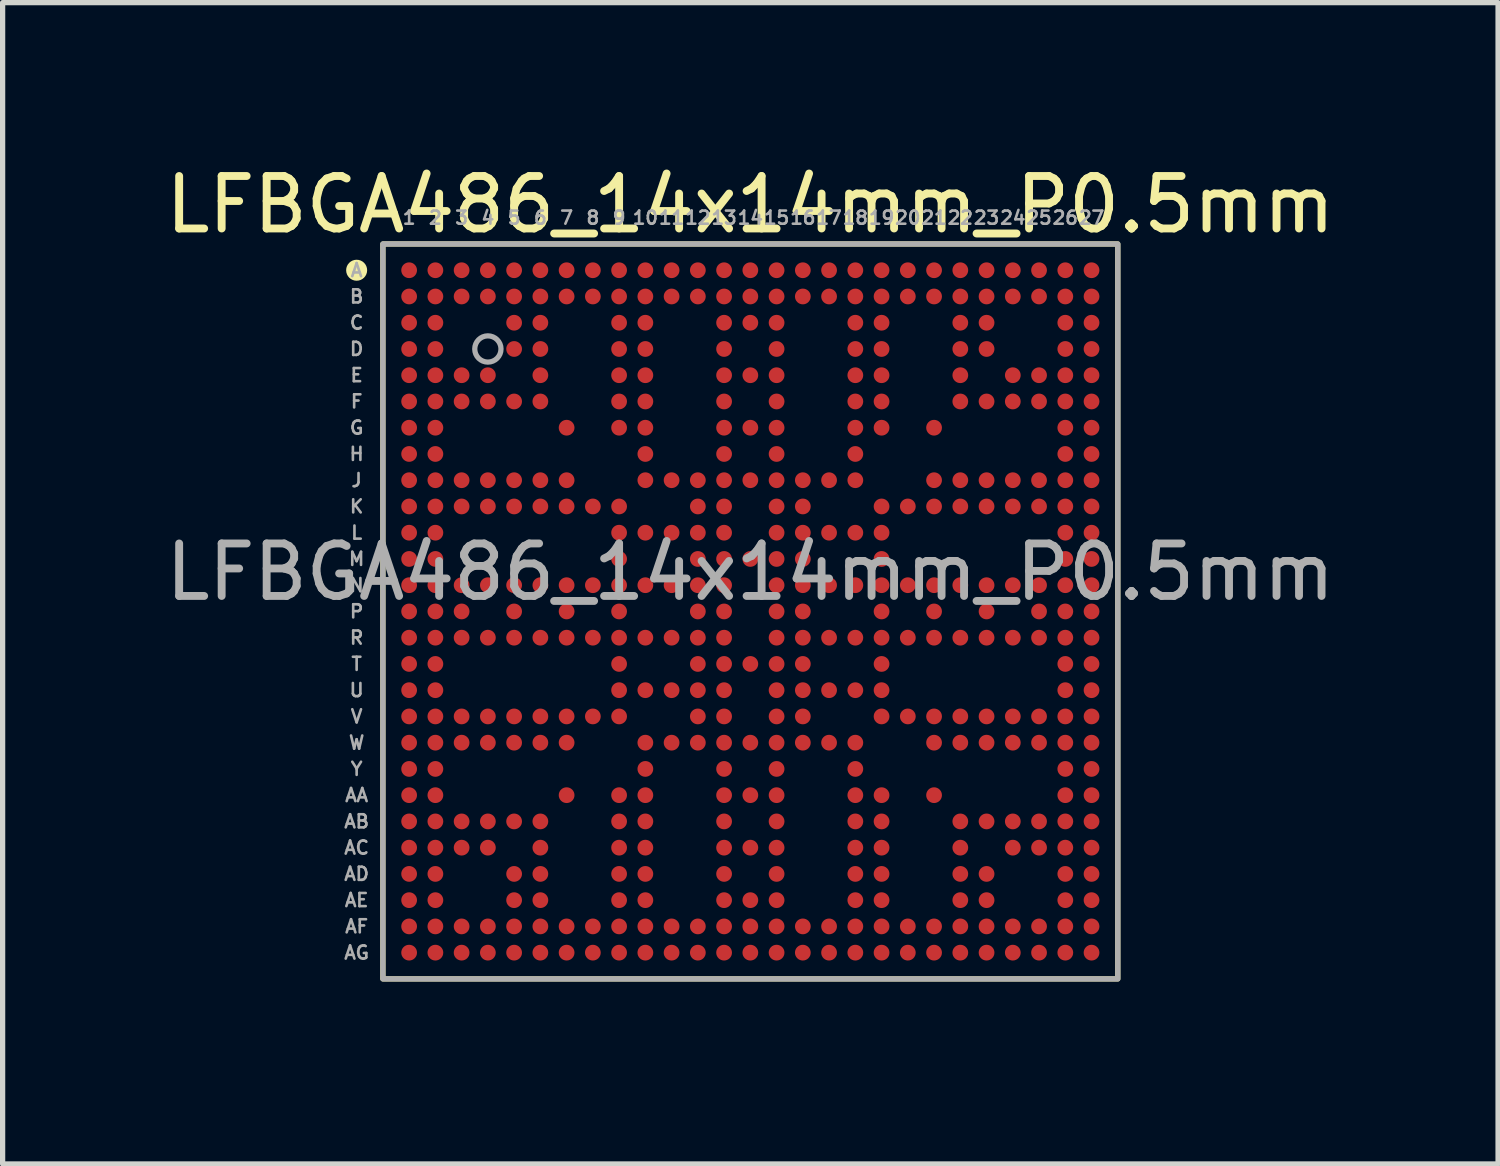
<source format=kicad_pcb>
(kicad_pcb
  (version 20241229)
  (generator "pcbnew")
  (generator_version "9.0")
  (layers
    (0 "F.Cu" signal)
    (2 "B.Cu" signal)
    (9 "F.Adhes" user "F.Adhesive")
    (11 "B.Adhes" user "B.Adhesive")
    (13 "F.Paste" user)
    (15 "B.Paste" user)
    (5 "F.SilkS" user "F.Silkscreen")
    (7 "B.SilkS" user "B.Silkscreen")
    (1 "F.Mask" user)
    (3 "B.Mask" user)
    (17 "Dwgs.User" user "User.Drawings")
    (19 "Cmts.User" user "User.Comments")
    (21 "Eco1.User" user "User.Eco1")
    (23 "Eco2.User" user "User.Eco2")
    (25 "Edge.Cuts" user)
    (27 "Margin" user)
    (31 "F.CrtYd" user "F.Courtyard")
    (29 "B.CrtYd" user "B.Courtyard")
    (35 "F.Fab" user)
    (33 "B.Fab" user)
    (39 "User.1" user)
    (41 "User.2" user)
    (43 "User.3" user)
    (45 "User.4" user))
  (footprint "LFBGA486_14x14mm_P0.5mm"
    (layer "F.Cu")
    (at 11.244 8.598)
    (property "Reference" "LFBGA486_14x14mm_P0.5mm" (at 0 -7.75 0) (unlocked yes) (layer "F.SilkS") (effects (font (size 1 1) (thickness 0.15))))
    (attr smd)
    (fp_rect (start -7 -7) (end 7 7) (stroke (width 0.1) (type solid)) (fill no) (layer "F.SilkS"))
    (fp_circle (center -7.5 -6.5) (end -7.3 -6.5) (stroke (width 0) (type solid)) (fill yes) (layer "F.SilkS"))
    (fp_rect (start -7.5 -7.5) (end 7.5 7.5) (stroke (width 0.05) (type solid)) (fill no) (layer "Margin"))
    (fp_rect (start -7 -7) (end 7 7) (stroke (width 0.1) (type solid)) (fill no) (layer "F.Fab"))
    (fp_circle (center -5 -5) (end -4.75 -5) (stroke (width 0.1) (type solid)) (fill no) (layer "F.Fab"))
    (fp_text user "P" (at -7.5 0 0) (unlocked yes) (layer "F.Fab") (effects (font (size 0.25 0.25) (thickness 0.05))))
    (fp_text user "AF" (at -7.5 6 0) (unlocked yes) (layer "F.Fab") (effects (font (size 0.25 0.25) (thickness 0.05))))
    (fp_text user "U" (at -7.5 1.5 0) (unlocked yes) (layer "F.Fab") (effects (font (size 0.25 0.25) (thickness 0.05))))
    (fp_text user "M" (at -7.5 -1 0) (unlocked yes) (layer "F.Fab") (effects (font (size 0.25 0.25) (thickness 0.05))))
    (fp_text user "N" (at -7.5 -0.5 0) (unlocked yes) (layer "F.Fab") (effects (font (size 0.25 0.25) (thickness 0.05))))
    (fp_text user "1" (at -6.5 -7.5 0) (unlocked yes) (layer "F.Fab") (effects (font (size 0.25 0.25) (thickness 0.05))))
    (fp_text user "E" (at -7.5 -4.5 0) (unlocked yes) (layer "F.Fab") (effects (font (size 0.25 0.25) (thickness 0.05))))
    (fp_text user "6" (at -4 -7.5 0) (unlocked yes) (layer "F.Fab") (effects (font (size 0.25 0.25) (thickness 0.05))))
    (fp_text user "C" (at -7.5 -5.5 0) (unlocked yes) (layer "F.Fab") (effects (font (size 0.25 0.25) (thickness 0.05))))
    (fp_text user "21" (at 3.5 -7.5 0) (unlocked yes) (layer "F.Fab") (effects (font (size 0.25 0.25) (thickness 0.05))))
    (fp_text user "23" (at 4.5 -7.5 0) (unlocked yes) (layer "F.Fab") (effects (font (size 0.25 0.25) (thickness 0.05))))
    (fp_text user "2" (at -6 -7.5 0) (unlocked yes) (layer "F.Fab") (effects (font (size 0.25 0.25) (thickness 0.05))))
    (fp_text user "8" (at -3 -7.5 0) (unlocked yes) (layer "F.Fab") (effects (font (size 0.25 0.25) (thickness 0.05))))
    (fp_text user "26" (at 6 -7.5 0) (unlocked yes) (layer "F.Fab") (effects (font (size 0.25 0.25) (thickness 0.05))))
    (fp_text user "24" (at 5 -7.5 0) (unlocked yes) (layer "F.Fab") (effects (font (size 0.25 0.25) (thickness 0.05))))
    (fp_text user "18" (at 2 -7.5 0) (unlocked yes) (layer "F.Fab") (effects (font (size 0.25 0.25) (thickness 0.05))))
    (fp_text user "Y" (at -7.5 3 0) (unlocked yes) (layer "F.Fab") (effects (font (size 0.25 0.25) (thickness 0.05))))
    (fp_text user "9" (at -2.5 -7.5 0) (unlocked yes) (layer "F.Fab") (effects (font (size 0.25 0.25) (thickness 0.05))))
    (fp_text user "D" (at -7.5 -5 0) (unlocked yes) (layer "F.Fab") (effects (font (size 0.25 0.25) (thickness 0.05))))
    (fp_text user "13" (at -0.5 -7.5 0) (unlocked yes) (layer "F.Fab") (effects (font (size 0.25 0.25) (thickness 0.05))))
    (fp_text user "4" (at -5 -7.5 0) (unlocked yes) (layer "F.Fab") (effects (font (size 0.25 0.25) (thickness 0.05))))
    (fp_text user "AA" (at -7.5 3.5 0) (unlocked yes) (layer "F.Fab") (effects (font (size 0.25 0.25) (thickness 0.05))))
    (fp_text user "22" (at 4 -7.5 0) (unlocked yes) (layer "F.Fab") (effects (font (size 0.25 0.25) (thickness 0.05))))
    (fp_text user "3" (at -5.5 -7.5 0) (unlocked yes) (layer "F.Fab") (effects (font (size 0.25 0.25) (thickness 0.05))))
    (fp_text user "16" (at 1 -7.5 0) (unlocked yes) (layer "F.Fab") (effects (font (size 0.25 0.25) (thickness 0.05))))
    (fp_text user "12" (at -1 -7.5 0) (unlocked yes) (layer "F.Fab") (effects (font (size 0.25 0.25) (thickness 0.05))))
    (fp_text user "AC" (at -7.5 4.5 0) (unlocked yes) (layer "F.Fab") (effects (font (size 0.25 0.25) (thickness 0.05))))
    (fp_text user "AE" (at -7.5 5.5 0) (unlocked yes) (layer "F.Fab") (effects (font (size 0.25 0.25) (thickness 0.05))))
    (fp_text user "J" (at -7.5 -2.5 0) (unlocked yes) (layer "F.Fab") (effects (font (size 0.25 0.25) (thickness 0.05))))
    (fp_text user "${REFERENCE}" (at 0 -0.75 0) (unlocked yes) (layer "F.Fab") (effects (font (size 1 1) (thickness 0.15))))
    (fp_text user "11" (at -1.5 -7.5 0) (unlocked yes) (layer "F.Fab") (effects (font (size 0.25 0.25) (thickness 0.05))))
    (fp_text user "H" (at -7.5 -3 0) (unlocked yes) (layer "F.Fab") (effects (font (size 0.25 0.25) (thickness 0.05))))
    (fp_text user "V" (at -7.5 2 0) (unlocked yes) (layer "F.Fab") (effects (font (size 0.25 0.25) (thickness 0.05))))
    (fp_text user "10" (at -2 -7.5 0) (unlocked yes) (layer "F.Fab") (effects (font (size 0.25 0.25) (thickness 0.05))))
    (fp_text user "AB" (at -7.5 4 0) (unlocked yes) (layer "F.Fab") (effects (font (size 0.25 0.25) (thickness 0.05))))
    (fp_text user "AG" (at -7.5 6.5 0) (unlocked yes) (layer "F.Fab") (effects (font (size 0.25 0.25) (thickness 0.05))))
    (fp_text user "7" (at -3.5 -7.5 0) (unlocked yes) (layer "F.Fab") (effects (font (size 0.25 0.25) (thickness 0.05))))
    (fp_text user "25" (at 5.5 -7.5 0) (unlocked yes) (layer "F.Fab") (effects (font (size 0.25 0.25) (thickness 0.05))))
    (fp_text user "W" (at -7.5 2.5 0) (unlocked yes) (layer "F.Fab") (effects (font (size 0.25 0.25) (thickness 0.05))))
    (fp_text user "K" (at -7.5 -2 0) (unlocked yes) (layer "F.Fab") (effects (font (size 0.25 0.25) (thickness 0.05))))
    (fp_text user "G" (at -7.5 -3.5 0) (unlocked yes) (layer "F.Fab") (effects (font (size 0.25 0.25) (thickness 0.05))))
    (fp_text user "15" (at 0.5 -7.5 0) (unlocked yes) (layer "F.Fab") (effects (font (size 0.25 0.25) (thickness 0.05))))
    (fp_text user "F" (at -7.5 -4 0) (unlocked yes) (layer "F.Fab") (effects (font (size 0.25 0.25) (thickness 0.05))))
    (fp_text user "19" (at 2.5 -7.5 0) (unlocked yes) (layer "F.Fab") (effects (font (size 0.25 0.25) (thickness 0.05))))
    (fp_text user "27" (at 6.5 -7.5 0) (unlocked yes) (layer "F.Fab") (effects (font (size 0.25 0.25) (thickness 0.05))))
    (fp_text user "A" (at -7.5 -6.5 0) (unlocked yes) (layer "F.Fab") (effects (font (size 0.25 0.25) (thickness 0.05))))
    (fp_text user "AD" (at -7.5 5 0) (unlocked yes) (layer "F.Fab") (effects (font (size 0.25 0.25) (thickness 0.05))))
    (fp_text user "14" (at 0 -7.5 0) (unlocked yes) (layer "F.Fab") (effects (font (size 0.25 0.25) (thickness 0.05))))
    (fp_text user "L" (at -7.5 -1.5 0) (unlocked yes) (layer "F.Fab") (effects (font (size 0.25 0.25) (thickness 0.05))))
    (fp_text user "B" (at -7.5 -6 0) (unlocked yes) (layer "F.Fab") (effects (font (size 0.25 0.25) (thickness 0.05))))
    (fp_text user "5" (at -4.5 -7.5 0) (unlocked yes) (layer "F.Fab") (effects (font (size 0.25 0.25) (thickness 0.05))))
    (fp_text user "R" (at -7.5 0.5 0) (unlocked yes) (layer "F.Fab") (effects (font (size 0.25 0.25) (thickness 0.05))))
    (fp_text user "20" (at 3 -7.5 0) (unlocked yes) (layer "F.Fab") (effects (font (size 0.25 0.25) (thickness 0.05))))
    (fp_text user "T" (at -7.5 1 0) (unlocked yes) (layer "F.Fab") (effects (font (size 0.25 0.25) (thickness 0.05))))
    (fp_text user "17" (at 1.5 -7.5 0) (unlocked yes) (layer "F.Fab") (effects (font (size 0.25 0.25) (thickness 0.05))))
    (pad "A1" smd circle (at -6.5 -6.5) (size 0.3 0.3) (layers "F.Cu" "F.Mask" "F.Paste"))
    (pad "A2" smd circle (at -6 -6.5) (size 0.3 0.3) (layers "F.Cu" "F.Mask" "F.Paste"))
    (pad "A3" smd circle (at -5.5 -6.5) (size 0.3 0.3) (layers "F.Cu" "F.Mask" "F.Paste"))
    (pad "A4" smd circle (at -5 -6.5) (size 0.3 0.3) (layers "F.Cu" "F.Mask" "F.Paste"))
    (pad "A5" smd circle (at -4.5 -6.5) (size 0.3 0.3) (layers "F.Cu" "F.Mask" "F.Paste"))
    (pad "A6" smd circle (at -4 -6.5) (size 0.3 0.3) (layers "F.Cu" "F.Mask" "F.Paste"))
    (pad "A7" smd circle (at -3.5 -6.5) (size 0.3 0.3) (layers "F.Cu" "F.Mask" "F.Paste"))
    (pad "A8" smd circle (at -3 -6.5) (size 0.3 0.3) (layers "F.Cu" "F.Mask" "F.Paste"))
    (pad "A9" smd circle (at -2.5 -6.5) (size 0.3 0.3) (layers "F.Cu" "F.Mask" "F.Paste"))
    (pad "A10" smd circle (at -2 -6.5) (size 0.3 0.3) (layers "F.Cu" "F.Mask" "F.Paste"))
    (pad "A11" smd circle (at -1.5 -6.5) (size 0.3 0.3) (layers "F.Cu" "F.Mask" "F.Paste"))
    (pad "A12" smd circle (at -1 -6.5) (size 0.3 0.3) (layers "F.Cu" "F.Mask" "F.Paste"))
    (pad "A13" smd circle (at -0.5 -6.5) (size 0.3 0.3) (layers "F.Cu" "F.Mask" "F.Paste"))
    (pad "A14" smd circle (at 0 -6.5) (size 0.3 0.3) (layers "F.Cu" "F.Mask" "F.Paste"))
    (pad "A15" smd circle (at 0.5 -6.5) (size 0.3 0.3) (layers "F.Cu" "F.Mask" "F.Paste"))
    (pad "A16" smd circle (at 1 -6.5) (size 0.3 0.3) (layers "F.Cu" "F.Mask" "F.Paste"))
    (pad "A17" smd circle (at 1.5 -6.5) (size 0.3 0.3) (layers "F.Cu" "F.Mask" "F.Paste"))
    (pad "A18" smd circle (at 2 -6.5) (size 0.3 0.3) (layers "F.Cu" "F.Mask" "F.Paste"))
    (pad "A19" smd circle (at 2.5 -6.5) (size 0.3 0.3) (layers "F.Cu" "F.Mask" "F.Paste"))
    (pad "A20" smd circle (at 3 -6.5) (size 0.3 0.3) (layers "F.Cu" "F.Mask" "F.Paste"))
    (pad "A21" smd circle (at 3.5 -6.5) (size 0.3 0.3) (layers "F.Cu" "F.Mask" "F.Paste"))
    (pad "A22" smd circle (at 4 -6.5) (size 0.3 0.3) (layers "F.Cu" "F.Mask" "F.Paste"))
    (pad "A23" smd circle (at 4.5 -6.5) (size 0.3 0.3) (layers "F.Cu" "F.Mask" "F.Paste"))
    (pad "A24" smd circle (at 5 -6.5) (size 0.3 0.3) (layers "F.Cu" "F.Mask" "F.Paste"))
    (pad "A25" smd circle (at 5.5 -6.5) (size 0.3 0.3) (layers "F.Cu" "F.Mask" "F.Paste"))
    (pad "A26" smd circle (at 6 -6.5) (size 0.3 0.3) (layers "F.Cu" "F.Mask" "F.Paste"))
    (pad "A27" smd circle (at 6.5 -6.5) (size 0.3 0.3) (layers "F.Cu" "F.Mask" "F.Paste"))
    (pad "AA1" smd circle (at -6.5 3.5) (size 0.3 0.3) (layers "F.Cu" "F.Mask" "F.Paste"))
    (pad "AA2" smd circle (at -6 3.5) (size 0.3 0.3) (layers "F.Cu" "F.Mask" "F.Paste"))
    (pad "AA7" smd circle (at -3.5 3.5) (size 0.3 0.3) (layers "F.Cu" "F.Mask" "F.Paste"))
    (pad "AA9" smd circle (at -2.5 3.5) (size 0.3 0.3) (layers "F.Cu" "F.Mask" "F.Paste"))
    (pad "AA10" smd circle (at -2 3.5) (size 0.3 0.3) (layers "F.Cu" "F.Mask" "F.Paste"))
    (pad "AA13" smd circle (at -0.5 3.5) (size 0.3 0.3) (layers "F.Cu" "F.Mask" "F.Paste"))
    (pad "AA14" smd circle (at 0 3.5) (size 0.3 0.3) (layers "F.Cu" "F.Mask" "F.Paste"))
    (pad "AA15" smd circle (at 0.5 3.5) (size 0.3 0.3) (layers "F.Cu" "F.Mask" "F.Paste"))
    (pad "AA18" smd circle (at 2 3.5) (size 0.3 0.3) (layers "F.Cu" "F.Mask" "F.Paste"))
    (pad "AA19" smd circle (at 2.5 3.5) (size 0.3 0.3) (layers "F.Cu" "F.Mask" "F.Paste"))
    (pad "AA21" smd circle (at 3.5 3.5) (size 0.3 0.3) (layers "F.Cu" "F.Mask" "F.Paste"))
    (pad "AA26" smd circle (at 6 3.5) (size 0.3 0.3) (layers "F.Cu" "F.Mask" "F.Paste"))
    (pad "AA27" smd circle (at 6.5 3.5) (size 0.3 0.3) (layers "F.Cu" "F.Mask" "F.Paste"))
    (pad "AB1" smd circle (at -6.5 4) (size 0.3 0.3) (layers "F.Cu" "F.Mask" "F.Paste"))
    (pad "AB2" smd circle (at -6 4) (size 0.3 0.3) (layers "F.Cu" "F.Mask" "F.Paste"))
    (pad "AB3" smd circle (at -5.5 4) (size 0.3 0.3) (layers "F.Cu" "F.Mask" "F.Paste"))
    (pad "AB4" smd circle (at -5 4) (size 0.3 0.3) (layers "F.Cu" "F.Mask" "F.Paste"))
    (pad "AB5" smd circle (at -4.5 4) (size 0.3 0.3) (layers "F.Cu" "F.Mask" "F.Paste"))
    (pad "AB6" smd circle (at -4 4) (size 0.3 0.3) (layers "F.Cu" "F.Mask" "F.Paste"))
    (pad "AB9" smd circle (at -2.5 4) (size 0.3 0.3) (layers "F.Cu" "F.Mask" "F.Paste"))
    (pad "AB10" smd circle (at -2 4) (size 0.3 0.3) (layers "F.Cu" "F.Mask" "F.Paste"))
    (pad "AB13" smd circle (at -0.5 4) (size 0.3 0.3) (layers "F.Cu" "F.Mask" "F.Paste"))
    (pad "AB15" smd circle (at 0.5 4) (size 0.3 0.3) (layers "F.Cu" "F.Mask" "F.Paste"))
    (pad "AB18" smd circle (at 2 4) (size 0.3 0.3) (layers "F.Cu" "F.Mask" "F.Paste"))
    (pad "AB19" smd circle (at 2.5 4) (size 0.3 0.3) (layers "F.Cu" "F.Mask" "F.Paste"))
    (pad "AB22" smd circle (at 4 4) (size 0.3 0.3) (layers "F.Cu" "F.Mask" "F.Paste"))
    (pad "AB23" smd circle (at 4.5 4) (size 0.3 0.3) (layers "F.Cu" "F.Mask" "F.Paste"))
    (pad "AB24" smd circle (at 5 4) (size 0.3 0.3) (layers "F.Cu" "F.Mask" "F.Paste"))
    (pad "AB25" smd circle (at 5.5 4) (size 0.3 0.3) (layers "F.Cu" "F.Mask" "F.Paste"))
    (pad "AB26" smd circle (at 6 4) (size 0.3 0.3) (layers "F.Cu" "F.Mask" "F.Paste"))
    (pad "AB27" smd circle (at 6.5 4) (size 0.3 0.3) (layers "F.Cu" "F.Mask" "F.Paste"))
    (pad "AC1" smd circle (at -6.5 4.5) (size 0.3 0.3) (layers "F.Cu" "F.Mask" "F.Paste"))
    (pad "AC2" smd circle (at -6 4.5) (size 0.3 0.3) (layers "F.Cu" "F.Mask" "F.Paste"))
    (pad "AC3" smd circle (at -5.5 4.5) (size 0.3 0.3) (layers "F.Cu" "F.Mask" "F.Paste"))
    (pad "AC4" smd circle (at -5 4.5) (size 0.3 0.3) (layers "F.Cu" "F.Mask" "F.Paste"))
    (pad "AC6" smd circle (at -4 4.5) (size 0.3 0.3) (layers "F.Cu" "F.Mask" "F.Paste"))
    (pad "AC9" smd circle (at -2.5 4.5) (size 0.3 0.3) (layers "F.Cu" "F.Mask" "F.Paste"))
    (pad "AC10" smd circle (at -2 4.5) (size 0.3 0.3) (layers "F.Cu" "F.Mask" "F.Paste"))
    (pad "AC13" smd circle (at -0.5 4.5) (size 0.3 0.3) (layers "F.Cu" "F.Mask" "F.Paste"))
    (pad "AC14" smd circle (at 0 4.5) (size 0.3 0.3) (layers "F.Cu" "F.Mask" "F.Paste"))
    (pad "AC15" smd circle (at 0.5 4.5) (size 0.3 0.3) (layers "F.Cu" "F.Mask" "F.Paste"))
    (pad "AC18" smd circle (at 2 4.5) (size 0.3 0.3) (layers "F.Cu" "F.Mask" "F.Paste"))
    (pad "AC19" smd circle (at 2.5 4.5) (size 0.3 0.3) (layers "F.Cu" "F.Mask" "F.Paste"))
    (pad "AC22" smd circle (at 4 4.5) (size 0.3 0.3) (layers "F.Cu" "F.Mask" "F.Paste"))
    (pad "AC24" smd circle (at 5 4.5) (size 0.3 0.3) (layers "F.Cu" "F.Mask" "F.Paste"))
    (pad "AC25" smd circle (at 5.5 4.5) (size 0.3 0.3) (layers "F.Cu" "F.Mask" "F.Paste"))
    (pad "AC26" smd circle (at 6 4.5) (size 0.3 0.3) (layers "F.Cu" "F.Mask" "F.Paste"))
    (pad "AC27" smd circle (at 6.5 4.5) (size 0.3 0.3) (layers "F.Cu" "F.Mask" "F.Paste"))
    (pad "AD1" smd circle (at -6.5 5) (size 0.3 0.3) (layers "F.Cu" "F.Mask" "F.Paste"))
    (pad "AD2" smd circle (at -6 5) (size 0.3 0.3) (layers "F.Cu" "F.Mask" "F.Paste"))
    (pad "AD5" smd circle (at -4.5 5) (size 0.3 0.3) (layers "F.Cu" "F.Mask" "F.Paste"))
    (pad "AD6" smd circle (at -4 5) (size 0.3 0.3) (layers "F.Cu" "F.Mask" "F.Paste"))
    (pad "AD9" smd circle (at -2.5 5) (size 0.3 0.3) (layers "F.Cu" "F.Mask" "F.Paste"))
    (pad "AD10" smd circle (at -2 5) (size 0.3 0.3) (layers "F.Cu" "F.Mask" "F.Paste"))
    (pad "AD13" smd circle (at -0.5 5) (size 0.3 0.3) (layers "F.Cu" "F.Mask" "F.Paste"))
    (pad "AD15" smd circle (at 0.5 5) (size 0.3 0.3) (layers "F.Cu" "F.Mask" "F.Paste"))
    (pad "AD18" smd circle (at 2 5) (size 0.3 0.3) (layers "F.Cu" "F.Mask" "F.Paste"))
    (pad "AD19" smd circle (at 2.5 5) (size 0.3 0.3) (layers "F.Cu" "F.Mask" "F.Paste"))
    (pad "AD22" smd circle (at 4 5) (size 0.3 0.3) (layers "F.Cu" "F.Mask" "F.Paste"))
    (pad "AD23" smd circle (at 4.5 5) (size 0.3 0.3) (layers "F.Cu" "F.Mask" "F.Paste"))
    (pad "AD26" smd circle (at 6 5) (size 0.3 0.3) (layers "F.Cu" "F.Mask" "F.Paste"))
    (pad "AD27" smd circle (at 6.5 5) (size 0.3 0.3) (layers "F.Cu" "F.Mask" "F.Paste"))
    (pad "AE1" smd circle (at -6.5 5.5) (size 0.3 0.3) (layers "F.Cu" "F.Mask" "F.Paste"))
    (pad "AE2" smd circle (at -6 5.5) (size 0.3 0.3) (layers "F.Cu" "F.Mask" "F.Paste"))
    (pad "AE5" smd circle (at -4.5 5.5) (size 0.3 0.3) (layers "F.Cu" "F.Mask" "F.Paste"))
    (pad "AE6" smd circle (at -4 5.5) (size 0.3 0.3) (layers "F.Cu" "F.Mask" "F.Paste"))
    (pad "AE9" smd circle (at -2.5 5.5) (size 0.3 0.3) (layers "F.Cu" "F.Mask" "F.Paste"))
    (pad "AE10" smd circle (at -2 5.5) (size 0.3 0.3) (layers "F.Cu" "F.Mask" "F.Paste"))
    (pad "AE13" smd circle (at -0.5 5.5) (size 0.3 0.3) (layers "F.Cu" "F.Mask" "F.Paste"))
    (pad "AE14" smd circle (at 0 5.5) (size 0.3 0.3) (layers "F.Cu" "F.Mask" "F.Paste"))
    (pad "AE15" smd circle (at 0.5 5.5) (size 0.3 0.3) (layers "F.Cu" "F.Mask" "F.Paste"))
    (pad "AE18" smd circle (at 2 5.5) (size 0.3 0.3) (layers "F.Cu" "F.Mask" "F.Paste"))
    (pad "AE19" smd circle (at 2.5 5.5) (size 0.3 0.3) (layers "F.Cu" "F.Mask" "F.Paste"))
    (pad "AE22" smd circle (at 4 5.5) (size 0.3 0.3) (layers "F.Cu" "F.Mask" "F.Paste"))
    (pad "AE23" smd circle (at 4.5 5.5) (size 0.3 0.3) (layers "F.Cu" "F.Mask" "F.Paste"))
    (pad "AE26" smd circle (at 6 5.5) (size 0.3 0.3) (layers "F.Cu" "F.Mask" "F.Paste"))
    (pad "AE27" smd circle (at 6.5 5.5) (size 0.3 0.3) (layers "F.Cu" "F.Mask" "F.Paste"))
    (pad "AF1" smd circle (at -6.5 6) (size 0.3 0.3) (layers "F.Cu" "F.Mask" "F.Paste"))
    (pad "AF2" smd circle (at -6 6) (size 0.3 0.3) (layers "F.Cu" "F.Mask" "F.Paste"))
    (pad "AF3" smd circle (at -5.5 6) (size 0.3 0.3) (layers "F.Cu" "F.Mask" "F.Paste"))
    (pad "AF4" smd circle (at -5 6) (size 0.3 0.3) (layers "F.Cu" "F.Mask" "F.Paste"))
    (pad "AF5" smd circle (at -4.5 6) (size 0.3 0.3) (layers "F.Cu" "F.Mask" "F.Paste"))
    (pad "AF6" smd circle (at -4 6) (size 0.3 0.3) (layers "F.Cu" "F.Mask" "F.Paste"))
    (pad "AF7" smd circle (at -3.5 6) (size 0.3 0.3) (layers "F.Cu" "F.Mask" "F.Paste"))
    (pad "AF8" smd circle (at -3 6) (size 0.3 0.3) (layers "F.Cu" "F.Mask" "F.Paste"))
    (pad "AF9" smd circle (at -2.5 6) (size 0.3 0.3) (layers "F.Cu" "F.Mask" "F.Paste"))
    (pad "AF10" smd circle (at -2 6) (size 0.3 0.3) (layers "F.Cu" "F.Mask" "F.Paste"))
    (pad "AF11" smd circle (at -1.5 6) (size 0.3 0.3) (layers "F.Cu" "F.Mask" "F.Paste"))
    (pad "AF12" smd circle (at -1 6) (size 0.3 0.3) (layers "F.Cu" "F.Mask" "F.Paste"))
    (pad "AF13" smd circle (at -0.5 6) (size 0.3 0.3) (layers "F.Cu" "F.Mask" "F.Paste"))
    (pad "AF14" smd circle (at 0 6) (size 0.3 0.3) (layers "F.Cu" "F.Mask" "F.Paste"))
    (pad "AF15" smd circle (at 0.5 6) (size 0.3 0.3) (layers "F.Cu" "F.Mask" "F.Paste"))
    (pad "AF16" smd circle (at 1 6) (size 0.3 0.3) (layers "F.Cu" "F.Mask" "F.Paste"))
    (pad "AF17" smd circle (at 1.5 6) (size 0.3 0.3) (layers "F.Cu" "F.Mask" "F.Paste"))
    (pad "AF18" smd circle (at 2 6) (size 0.3 0.3) (layers "F.Cu" "F.Mask" "F.Paste"))
    (pad "AF19" smd circle (at 2.5 6) (size 0.3 0.3) (layers "F.Cu" "F.Mask" "F.Paste"))
    (pad "AF20" smd circle (at 3 6) (size 0.3 0.3) (layers "F.Cu" "F.Mask" "F.Paste"))
    (pad "AF21" smd circle (at 3.5 6) (size 0.3 0.3) (layers "F.Cu" "F.Mask" "F.Paste"))
    (pad "AF22" smd circle (at 4 6) (size 0.3 0.3) (layers "F.Cu" "F.Mask" "F.Paste"))
    (pad "AF23" smd circle (at 4.5 6) (size 0.3 0.3) (layers "F.Cu" "F.Mask" "F.Paste"))
    (pad "AF24" smd circle (at 5 6) (size 0.3 0.3) (layers "F.Cu" "F.Mask" "F.Paste"))
    (pad "AF25" smd circle (at 5.5 6) (size 0.3 0.3) (layers "F.Cu" "F.Mask" "F.Paste"))
    (pad "AF26" smd circle (at 6 6) (size 0.3 0.3) (layers "F.Cu" "F.Mask" "F.Paste"))
    (pad "AF27" smd circle (at 6.5 6) (size 0.3 0.3) (layers "F.Cu" "F.Mask" "F.Paste"))
    (pad "AG1" smd circle (at -6.5 6.5) (size 0.3 0.3) (layers "F.Cu" "F.Mask" "F.Paste"))
    (pad "AG2" smd circle (at -6 6.5) (size 0.3 0.3) (layers "F.Cu" "F.Mask" "F.Paste"))
    (pad "AG3" smd circle (at -5.5 6.5) (size 0.3 0.3) (layers "F.Cu" "F.Mask" "F.Paste"))
    (pad "AG4" smd circle (at -5 6.5) (size 0.3 0.3) (layers "F.Cu" "F.Mask" "F.Paste"))
    (pad "AG5" smd circle (at -4.5 6.5) (size 0.3 0.3) (layers "F.Cu" "F.Mask" "F.Paste"))
    (pad "AG6" smd circle (at -4 6.5) (size 0.3 0.3) (layers "F.Cu" "F.Mask" "F.Paste"))
    (pad "AG7" smd circle (at -3.5 6.5) (size 0.3 0.3) (layers "F.Cu" "F.Mask" "F.Paste"))
    (pad "AG8" smd circle (at -3 6.5) (size 0.3 0.3) (layers "F.Cu" "F.Mask" "F.Paste"))
    (pad "AG9" smd circle (at -2.5 6.5) (size 0.3 0.3) (layers "F.Cu" "F.Mask" "F.Paste"))
    (pad "AG10" smd circle (at -2 6.5) (size 0.3 0.3) (layers "F.Cu" "F.Mask" "F.Paste"))
    (pad "AG11" smd circle (at -1.5 6.5) (size 0.3 0.3) (layers "F.Cu" "F.Mask" "F.Paste"))
    (pad "AG12" smd circle (at -1 6.5) (size 0.3 0.3) (layers "F.Cu" "F.Mask" "F.Paste"))
    (pad "AG13" smd circle (at -0.5 6.5) (size 0.3 0.3) (layers "F.Cu" "F.Mask" "F.Paste"))
    (pad "AG14" smd circle (at 0 6.5) (size 0.3 0.3) (layers "F.Cu" "F.Mask" "F.Paste"))
    (pad "AG15" smd circle (at 0.5 6.5) (size 0.3 0.3) (layers "F.Cu" "F.Mask" "F.Paste"))
    (pad "AG16" smd circle (at 1 6.5) (size 0.3 0.3) (layers "F.Cu" "F.Mask" "F.Paste"))
    (pad "AG17" smd circle (at 1.5 6.5) (size 0.3 0.3) (layers "F.Cu" "F.Mask" "F.Paste"))
    (pad "AG18" smd circle (at 2 6.5) (size 0.3 0.3) (layers "F.Cu" "F.Mask" "F.Paste"))
    (pad "AG20" smd circle (at 2.5 6.5) (size 0.3 0.3) (layers "F.Cu" "F.Mask" "F.Paste"))
    (pad "AG20" smd circle (at 3 6.5) (size 0.3 0.3) (layers "F.Cu" "F.Mask" "F.Paste"))
    (pad "AG21" smd circle (at 3.5 6.5) (size 0.3 0.3) (layers "F.Cu" "F.Mask" "F.Paste"))
    (pad "AG22" smd circle (at 4 6.5) (size 0.3 0.3) (layers "F.Cu" "F.Mask" "F.Paste"))
    (pad "AG23" smd circle (at 4.5 6.5) (size 0.3 0.3) (layers "F.Cu" "F.Mask" "F.Paste"))
    (pad "AG24" smd circle (at 5 6.5) (size 0.3 0.3) (layers "F.Cu" "F.Mask" "F.Paste"))
    (pad "AG25" smd circle (at 5.5 6.5) (size 0.3 0.3) (layers "F.Cu" "F.Mask" "F.Paste"))
    (pad "AG26" smd circle (at 6 6.5) (size 0.3 0.3) (layers "F.Cu" "F.Mask" "F.Paste"))
    (pad "AG27" smd circle (at 6.5 6.5) (size 0.3 0.3) (layers "F.Cu" "F.Mask" "F.Paste"))
    (pad "B1" smd circle (at -6.5 -6) (size 0.3 0.3) (layers "F.Cu" "F.Mask" "F.Paste"))
    (pad "B2" smd circle (at -6 -6) (size 0.3 0.3) (layers "F.Cu" "F.Mask" "F.Paste"))
    (pad "B3" smd circle (at -5.5 -6) (size 0.3 0.3) (layers "F.Cu" "F.Mask" "F.Paste"))
    (pad "B4" smd circle (at -5 -6) (size 0.3 0.3) (layers "F.Cu" "F.Mask" "F.Paste"))
    (pad "B5" smd circle (at -4.5 -6) (size 0.3 0.3) (layers "F.Cu" "F.Mask" "F.Paste"))
    (pad "B6" smd circle (at -4 -6) (size 0.3 0.3) (layers "F.Cu" "F.Mask" "F.Paste"))
    (pad "B7" smd circle (at -3.5 -6) (size 0.3 0.3) (layers "F.Cu" "F.Mask" "F.Paste"))
    (pad "B8" smd circle (at -3 -6) (size 0.3 0.3) (layers "F.Cu" "F.Mask" "F.Paste"))
    (pad "B9" smd circle (at -2.5 -6) (size 0.3 0.3) (layers "F.Cu" "F.Mask" "F.Paste"))
    (pad "B10" smd circle (at -2 -6) (size 0.3 0.3) (layers "F.Cu" "F.Mask" "F.Paste"))
    (pad "B11" smd circle (at -1.5 -6) (size 0.3 0.3) (layers "F.Cu" "F.Mask" "F.Paste"))
    (pad "B12" smd circle (at -1 -6) (size 0.3 0.3) (layers "F.Cu" "F.Mask" "F.Paste"))
    (pad "B13" smd circle (at -0.5 -6) (size 0.3 0.3) (layers "F.Cu" "F.Mask" "F.Paste"))
    (pad "B14" smd circle (at 0 -6) (size 0.3 0.3) (layers "F.Cu" "F.Mask" "F.Paste"))
    (pad "B15" smd circle (at 0.5 -6) (size 0.3 0.3) (layers "F.Cu" "F.Mask" "F.Paste"))
    (pad "B16" smd circle (at 1 -6) (size 0.3 0.3) (layers "F.Cu" "F.Mask" "F.Paste"))
    (pad "B17" smd circle (at 1.5 -6) (size 0.3 0.3) (layers "F.Cu" "F.Mask" "F.Paste"))
    (pad "B18" smd circle (at 2 -6) (size 0.3 0.3) (layers "F.Cu" "F.Mask" "F.Paste"))
    (pad "B19" smd circle (at 2.5 -6) (size 0.3 0.3) (layers "F.Cu" "F.Mask" "F.Paste"))
    (pad "B20" smd circle (at 3 -6) (size 0.3 0.3) (layers "F.Cu" "F.Mask" "F.Paste"))
    (pad "B21" smd circle (at 3.5 -6) (size 0.3 0.3) (layers "F.Cu" "F.Mask" "F.Paste"))
    (pad "B22" smd circle (at 4 -6) (size 0.3 0.3) (layers "F.Cu" "F.Mask" "F.Paste"))
    (pad "B23" smd circle (at 4.5 -6) (size 0.3 0.3) (layers "F.Cu" "F.Mask" "F.Paste"))
    (pad "B24" smd circle (at 5 -6) (size 0.3 0.3) (layers "F.Cu" "F.Mask" "F.Paste"))
    (pad "B25" smd circle (at 5.5 -6) (size 0.3 0.3) (layers "F.Cu" "F.Mask" "F.Paste"))
    (pad "B26" smd circle (at 6 -6) (size 0.3 0.3) (layers "F.Cu" "F.Mask" "F.Paste"))
    (pad "B27" smd circle (at 6.5 -6) (size 0.3 0.3) (layers "F.Cu" "F.Mask" "F.Paste"))
    (pad "C1" smd circle (at -6.5 -5.5) (size 0.3 0.3) (layers "F.Cu" "F.Mask" "F.Paste"))
    (pad "C2" smd circle (at -6 -5.5) (size 0.3 0.3) (layers "F.Cu" "F.Mask" "F.Paste"))
    (pad "C5" smd circle (at -4.5 -5.5) (size 0.3 0.3) (layers "F.Cu" "F.Mask" "F.Paste"))
    (pad "C6" smd circle (at -4 -5.5) (size 0.3 0.3) (layers "F.Cu" "F.Mask" "F.Paste"))
    (pad "C9" smd circle (at -2.5 -5.5) (size 0.3 0.3) (layers "F.Cu" "F.Mask" "F.Paste"))
    (pad "C10" smd circle (at -2 -5.5) (size 0.3 0.3) (layers "F.Cu" "F.Mask" "F.Paste"))
    (pad "C13" smd circle (at -0.5 -5.5) (size 0.3 0.3) (layers "F.Cu" "F.Mask" "F.Paste"))
    (pad "C14" smd circle (at 0 -5.5) (size 0.3 0.3) (layers "F.Cu" "F.Mask" "F.Paste"))
    (pad "C15" smd circle (at 0.5 -5.5) (size 0.3 0.3) (layers "F.Cu" "F.Mask" "F.Paste"))
    (pad "C18" smd circle (at 2 -5.5) (size 0.3 0.3) (layers "F.Cu" "F.Mask" "F.Paste"))
    (pad "C19" smd circle (at 2.5 -5.5) (size 0.3 0.3) (layers "F.Cu" "F.Mask" "F.Paste"))
    (pad "C22" smd circle (at 4 -5.5) (size 0.3 0.3) (layers "F.Cu" "F.Mask" "F.Paste"))
    (pad "C23" smd circle (at 4.5 -5.5) (size 0.3 0.3) (layers "F.Cu" "F.Mask" "F.Paste"))
    (pad "C26" smd circle (at 6 -5.5) (size 0.3 0.3) (layers "F.Cu" "F.Mask" "F.Paste"))
    (pad "C27" smd circle (at 6.5 -5.5) (size 0.3 0.3) (layers "F.Cu" "F.Mask" "F.Paste"))
    (pad "D1" smd circle (at -6.5 -5) (size 0.3 0.3) (layers "F.Cu" "F.Mask" "F.Paste"))
    (pad "D2" smd circle (at -6 -5) (size 0.3 0.3) (layers "F.Cu" "F.Mask" "F.Paste"))
    (pad "D5" smd circle (at -4.5 -5) (size 0.3 0.3) (layers "F.Cu" "F.Mask" "F.Paste"))
    (pad "D6" smd circle (at -4 -5) (size 0.3 0.3) (layers "F.Cu" "F.Mask" "F.Paste"))
    (pad "D9" smd circle (at -2.5 -5) (size 0.3 0.3) (layers "F.Cu" "F.Mask" "F.Paste"))
    (pad "D10" smd circle (at -2 -5) (size 0.3 0.3) (layers "F.Cu" "F.Mask" "F.Paste"))
    (pad "D13" smd circle (at -0.5 -5) (size 0.3 0.3) (layers "F.Cu" "F.Mask" "F.Paste"))
    (pad "D15" smd circle (at 0.5 -5) (size 0.3 0.3) (layers "F.Cu" "F.Mask" "F.Paste"))
    (pad "D18" smd circle (at 2 -5) (size 0.3 0.3) (layers "F.Cu" "F.Mask" "F.Paste"))
    (pad "D19" smd circle (at 2.5 -5) (size 0.3 0.3) (layers "F.Cu" "F.Mask" "F.Paste"))
    (pad "D22" smd circle (at 4 -5) (size 0.3 0.3) (layers "F.Cu" "F.Mask" "F.Paste"))
    (pad "D23" smd circle (at 4.5 -5) (size 0.3 0.3) (layers "F.Cu" "F.Mask" "F.Paste"))
    (pad "D26" smd circle (at 6 -5) (size 0.3 0.3) (layers "F.Cu" "F.Mask" "F.Paste"))
    (pad "D27" smd circle (at 6.5 -5) (size 0.3 0.3) (layers "F.Cu" "F.Mask" "F.Paste"))
    (pad "E1" smd circle (at -6.5 -4.5) (size 0.3 0.3) (layers "F.Cu" "F.Mask" "F.Paste"))
    (pad "E2" smd circle (at -6 -4.5) (size 0.3 0.3) (layers "F.Cu" "F.Mask" "F.Paste"))
    (pad "E3" smd circle (at -5.5 -4.5) (size 0.3 0.3) (layers "F.Cu" "F.Mask" "F.Paste"))
    (pad "E4" smd circle (at -5 -4.5) (size 0.3 0.3) (layers "F.Cu" "F.Mask" "F.Paste"))
    (pad "E6" smd circle (at -4 -4.5) (size 0.3 0.3) (layers "F.Cu" "F.Mask" "F.Paste"))
    (pad "E9" smd circle (at -2.5 -4.5) (size 0.3 0.3) (layers "F.Cu" "F.Mask" "F.Paste"))
    (pad "E10" smd circle (at -2 -4.5) (size 0.3 0.3) (layers "F.Cu" "F.Mask" "F.Paste"))
    (pad "E13" smd circle (at -0.5 -4.5) (size 0.3 0.3) (layers "F.Cu" "F.Mask" "F.Paste"))
    (pad "E14" smd circle (at 0 -4.5) (size 0.3 0.3) (layers "F.Cu" "F.Mask" "F.Paste"))
    (pad "E15" smd circle (at 0.5 -4.5) (size 0.3 0.3) (layers "F.Cu" "F.Mask" "F.Paste"))
    (pad "E18" smd circle (at 2 -4.5) (size 0.3 0.3) (layers "F.Cu" "F.Mask" "F.Paste"))
    (pad "E19" smd circle (at 2.5 -4.5) (size 0.3 0.3) (layers "F.Cu" "F.Mask" "F.Paste"))
    (pad "E22" smd circle (at 4 -4.5) (size 0.3 0.3) (layers "F.Cu" "F.Mask" "F.Paste"))
    (pad "E24" smd circle (at 5 -4.5) (size 0.3 0.3) (layers "F.Cu" "F.Mask" "F.Paste"))
    (pad "E25" smd circle (at 5.5 -4.5) (size 0.3 0.3) (layers "F.Cu" "F.Mask" "F.Paste"))
    (pad "E26" smd circle (at 6 -4.5) (size 0.3 0.3) (layers "F.Cu" "F.Mask" "F.Paste"))
    (pad "E27" smd circle (at 6.5 -4.5) (size 0.3 0.3) (layers "F.Cu" "F.Mask" "F.Paste"))
    (pad "F1" smd circle (at -6.5 -4) (size 0.3 0.3) (layers "F.Cu" "F.Mask" "F.Paste"))
    (pad "F2" smd circle (at -6 -4) (size 0.3 0.3) (layers "F.Cu" "F.Mask" "F.Paste"))
    (pad "F3" smd circle (at -5.5 -4) (size 0.3 0.3) (layers "F.Cu" "F.Mask" "F.Paste"))
    (pad "F4" smd circle (at -5 -4) (size 0.3 0.3) (layers "F.Cu" "F.Mask" "F.Paste"))
    (pad "F5" smd circle (at -4.5 -4) (size 0.3 0.3) (layers "F.Cu" "F.Mask" "F.Paste"))
    (pad "F6" smd circle (at -4 -4) (size 0.3 0.3) (layers "F.Cu" "F.Mask" "F.Paste"))
    (pad "F9" smd circle (at -2.5 -4) (size 0.3 0.3) (layers "F.Cu" "F.Mask" "F.Paste"))
    (pad "F10" smd circle (at -2 -4) (size 0.3 0.3) (layers "F.Cu" "F.Mask" "F.Paste"))
    (pad "F13" smd circle (at -0.5 -4) (size 0.3 0.3) (layers "F.Cu" "F.Mask" "F.Paste"))
    (pad "F15" smd circle (at 0.5 -4) (size 0.3 0.3) (layers "F.Cu" "F.Mask" "F.Paste"))
    (pad "F18" smd circle (at 2 -4) (size 0.3 0.3) (layers "F.Cu" "F.Mask" "F.Paste"))
    (pad "F19" smd circle (at 2.5 -4) (size 0.3 0.3) (layers "F.Cu" "F.Mask" "F.Paste"))
    (pad "F22" smd circle (at 4 -4) (size 0.3 0.3) (layers "F.Cu" "F.Mask" "F.Paste"))
    (pad "F23" smd circle (at 4.5 -4) (size 0.3 0.3) (layers "F.Cu" "F.Mask" "F.Paste"))
    (pad "F24" smd circle (at 5 -4) (size 0.3 0.3) (layers "F.Cu" "F.Mask" "F.Paste"))
    (pad "F25" smd circle (at 5.5 -4) (size 0.3 0.3) (layers "F.Cu" "F.Mask" "F.Paste"))
    (pad "F26" smd circle (at 6 -4) (size 0.3 0.3) (layers "F.Cu" "F.Mask" "F.Paste"))
    (pad "F27" smd circle (at 6.5 -4) (size 0.3 0.3) (layers "F.Cu" "F.Mask" "F.Paste"))
    (pad "G1" smd circle (at -6.5 -3.5) (size 0.3 0.3) (layers "F.Cu" "F.Mask" "F.Paste"))
    (pad "G2" smd circle (at -6 -3.5) (size 0.3 0.3) (layers "F.Cu" "F.Mask" "F.Paste"))
    (pad "G7" smd circle (at -3.5 -3.5) (size 0.3 0.3) (layers "F.Cu" "F.Mask" "F.Paste"))
    (pad "G9" smd circle (at -2.5 -3.5) (size 0.3 0.3) (layers "F.Cu" "F.Mask" "F.Paste"))
    (pad "G10" smd circle (at -2 -3.5) (size 0.3 0.3) (layers "F.Cu" "F.Mask" "F.Paste"))
    (pad "G13" smd circle (at -0.5 -3.5) (size 0.3 0.3) (layers "F.Cu" "F.Mask" "F.Paste"))
    (pad "G14" smd circle (at 0 -3.5) (size 0.3 0.3) (layers "F.Cu" "F.Mask" "F.Paste"))
    (pad "G15" smd circle (at 0.5 -3.5) (size 0.3 0.3) (layers "F.Cu" "F.Mask" "F.Paste"))
    (pad "G18" smd circle (at 2 -3.5) (size 0.3 0.3) (layers "F.Cu" "F.Mask" "F.Paste"))
    (pad "G19" smd circle (at 2.5 -3.5) (size 0.3 0.3) (layers "F.Cu" "F.Mask" "F.Paste"))
    (pad "G21" smd circle (at 3.5 -3.5) (size 0.3 0.3) (layers "F.Cu" "F.Mask" "F.Paste"))
    (pad "G26" smd circle (at 6 -3.5) (size 0.3 0.3) (layers "F.Cu" "F.Mask" "F.Paste"))
    (pad "G27" smd circle (at 6.5 -3.5) (size 0.3 0.3) (layers "F.Cu" "F.Mask" "F.Paste"))
    (pad "H1" smd circle (at -6.5 -3) (size 0.3 0.3) (layers "F.Cu" "F.Mask" "F.Paste"))
    (pad "H2" smd circle (at -6 -3) (size 0.3 0.3) (layers "F.Cu" "F.Mask" "F.Paste"))
    (pad "H10" smd circle (at -2 -3) (size 0.3 0.3) (layers "F.Cu" "F.Mask" "F.Paste"))
    (pad "H13" smd circle (at -0.5 -3) (size 0.3 0.3) (layers "F.Cu" "F.Mask" "F.Paste"))
    (pad "H15" smd circle (at 0.5 -3) (size 0.3 0.3) (layers "F.Cu" "F.Mask" "F.Paste"))
    (pad "H18" smd circle (at 2 -3) (size 0.3 0.3) (layers "F.Cu" "F.Mask" "F.Paste"))
    (pad "H26" smd circle (at 6 -3) (size 0.3 0.3) (layers "F.Cu" "F.Mask" "F.Paste"))
    (pad "H27" smd circle (at 6.5 -3) (size 0.3 0.3) (layers "F.Cu" "F.Mask" "F.Paste"))
    (pad "J1" smd circle (at -6.5 -2.5) (size 0.3 0.3) (layers "F.Cu" "F.Mask" "F.Paste"))
    (pad "J2" smd circle (at -6 -2.5) (size 0.3 0.3) (layers "F.Cu" "F.Mask" "F.Paste"))
    (pad "J3" smd circle (at -5.5 -2.5) (size 0.3 0.3) (layers "F.Cu" "F.Mask" "F.Paste"))
    (pad "J4" smd circle (at -5 -2.5) (size 0.3 0.3) (layers "F.Cu" "F.Mask" "F.Paste"))
    (pad "J5" smd circle (at -4.5 -2.5) (size 0.3 0.3) (layers "F.Cu" "F.Mask" "F.Paste"))
    (pad "J6" smd circle (at -4 -2.5) (size 0.3 0.3) (layers "F.Cu" "F.Mask" "F.Paste"))
    (pad "J7" smd circle (at -3.5 -2.5) (size 0.3 0.3) (layers "F.Cu" "F.Mask" "F.Paste"))
    (pad "J10" smd circle (at -2 -2.5) (size 0.3 0.3) (layers "F.Cu" "F.Mask" "F.Paste"))
    (pad "J11" smd circle (at -1.5 -2.5) (size 0.3 0.3) (layers "F.Cu" "F.Mask" "F.Paste"))
    (pad "J12" smd circle (at -1 -2.5) (size 0.3 0.3) (layers "F.Cu" "F.Mask" "F.Paste"))
    (pad "J13" smd circle (at -0.5 -2.5) (size 0.3 0.3) (layers "F.Cu" "F.Mask" "F.Paste"))
    (pad "J14" smd circle (at 0 -2.5) (size 0.3 0.3) (layers "F.Cu" "F.Mask" "F.Paste"))
    (pad "J15" smd circle (at 0.5 -2.5) (size 0.3 0.3) (layers "F.Cu" "F.Mask" "F.Paste"))
    (pad "J16" smd circle (at 1 -2.5) (size 0.3 0.3) (layers "F.Cu" "F.Mask" "F.Paste"))
    (pad "J17" smd circle (at 1.5 -2.5) (size 0.3 0.3) (layers "F.Cu" "F.Mask" "F.Paste"))
    (pad "J18" smd circle (at 2 -2.5) (size 0.3 0.3) (layers "F.Cu" "F.Mask" "F.Paste"))
    (pad "J21" smd circle (at 3.5 -2.5) (size 0.3 0.3) (layers "F.Cu" "F.Mask" "F.Paste"))
    (pad "J22" smd circle (at 4 -2.5) (size 0.3 0.3) (layers "F.Cu" "F.Mask" "F.Paste"))
    (pad "J23" smd circle (at 4.5 -2.5) (size 0.3 0.3) (layers "F.Cu" "F.Mask" "F.Paste"))
    (pad "J24" smd circle (at 5 -2.5) (size 0.3 0.3) (layers "F.Cu" "F.Mask" "F.Paste"))
    (pad "J25" smd circle (at 5.5 -2.5) (size 0.3 0.3) (layers "F.Cu" "F.Mask" "F.Paste"))
    (pad "J26" smd circle (at 6 -2.5) (size 0.3 0.3) (layers "F.Cu" "F.Mask" "F.Paste"))
    (pad "J27" smd circle (at 6.5 -2.5) (size 0.3 0.3) (layers "F.Cu" "F.Mask" "F.Paste"))
    (pad "K1" smd circle (at -6.5 -2) (size 0.3 0.3) (layers "F.Cu" "F.Mask" "F.Paste"))
    (pad "K2" smd circle (at -6 -2) (size 0.3 0.3) (layers "F.Cu" "F.Mask" "F.Paste"))
    (pad "K3" smd circle (at -5.5 -2) (size 0.3 0.3) (layers "F.Cu" "F.Mask" "F.Paste"))
    (pad "K4" smd circle (at -5 -2) (size 0.3 0.3) (layers "F.Cu" "F.Mask" "F.Paste"))
    (pad "K5" smd circle (at -4.5 -2) (size 0.3 0.3) (layers "F.Cu" "F.Mask" "F.Paste"))
    (pad "K6" smd circle (at -4 -2) (size 0.3 0.3) (layers "F.Cu" "F.Mask" "F.Paste"))
    (pad "K7" smd circle (at -3.5 -2) (size 0.3 0.3) (layers "F.Cu" "F.Mask" "F.Paste"))
    (pad "K8" smd circle (at -3 -2) (size 0.3 0.3) (layers "F.Cu" "F.Mask" "F.Paste"))
    (pad "K9" smd circle (at -2.5 -2) (size 0.3 0.3) (layers "F.Cu" "F.Mask" "F.Paste"))
    (pad "K12" smd circle (at -1 -2) (size 0.3 0.3) (layers "F.Cu" "F.Mask" "F.Paste"))
    (pad "K13" smd circle (at -0.5 -2) (size 0.3 0.3) (layers "F.Cu" "F.Mask" "F.Paste"))
    (pad "K15" smd circle (at 0.5 -2) (size 0.3 0.3) (layers "F.Cu" "F.Mask" "F.Paste"))
    (pad "K16" smd circle (at 1 -2) (size 0.3 0.3) (layers "F.Cu" "F.Mask" "F.Paste"))
    (pad "K19" smd circle (at 2.5 -2) (size 0.3 0.3) (layers "F.Cu" "F.Mask" "F.Paste"))
    (pad "K20" smd circle (at 3 -2) (size 0.3 0.3) (layers "F.Cu" "F.Mask" "F.Paste"))
    (pad "K21" smd circle (at 3.5 -2) (size 0.3 0.3) (layers "F.Cu" "F.Mask" "F.Paste"))
    (pad "K22" smd circle (at 4 -2) (size 0.3 0.3) (layers "F.Cu" "F.Mask" "F.Paste"))
    (pad "K23" smd circle (at 4.5 -2) (size 0.3 0.3) (layers "F.Cu" "F.Mask" "F.Paste"))
    (pad "K24" smd circle (at 5 -2) (size 0.3 0.3) (layers "F.Cu" "F.Mask" "F.Paste"))
    (pad "K25" smd circle (at 5.5 -2) (size 0.3 0.3) (layers "F.Cu" "F.Mask" "F.Paste"))
    (pad "K26" smd circle (at 6 -2) (size 0.3 0.3) (layers "F.Cu" "F.Mask" "F.Paste"))
    (pad "K27" smd circle (at 6.5 -2) (size 0.3 0.3) (layers "F.Cu" "F.Mask" "F.Paste"))
    (pad "L1" smd circle (at -6.5 -1.5) (size 0.3 0.3) (layers "F.Cu" "F.Mask" "F.Paste"))
    (pad "L2" smd circle (at -6 -1.5) (size 0.3 0.3) (layers "F.Cu" "F.Mask" "F.Paste"))
    (pad "L9" smd circle (at -2.5 -1.5) (size 0.3 0.3) (layers "F.Cu" "F.Mask" "F.Paste"))
    (pad "L10" smd circle (at -2 -1.5) (size 0.3 0.3) (layers "F.Cu" "F.Mask" "F.Paste"))
    (pad "L11" smd circle (at -1.5 -1.5) (size 0.3 0.3) (layers "F.Cu" "F.Mask" "F.Paste"))
    (pad "L12" smd circle (at -1 -1.5) (size 0.3 0.3) (layers "F.Cu" "F.Mask" "F.Paste"))
    (pad "L13" smd circle (at -0.5 -1.5) (size 0.3 0.3) (layers "F.Cu" "F.Mask" "F.Paste"))
    (pad "L15" smd circle (at 0.5 -1.5) (size 0.3 0.3) (layers "F.Cu" "F.Mask" "F.Paste"))
    (pad "L16" smd circle (at 1 -1.5) (size 0.3 0.3) (layers "F.Cu" "F.Mask" "F.Paste"))
    (pad "L17" smd circle (at 1.5 -1.5) (size 0.3 0.3) (layers "F.Cu" "F.Mask" "F.Paste"))
    (pad "L18" smd circle (at 2 -1.5) (size 0.3 0.3) (layers "F.Cu" "F.Mask" "F.Paste"))
    (pad "L19" smd circle (at 2.5 -1.5) (size 0.3 0.3) (layers "F.Cu" "F.Mask" "F.Paste"))
    (pad "L26" smd circle (at 6 -1.5) (size 0.3 0.3) (layers "F.Cu" "F.Mask" "F.Paste"))
    (pad "L27" smd circle (at 6 -1) (size 0.3 0.3) (layers "F.Cu" "F.Mask" "F.Paste"))
    (pad "L27" smd circle (at 6.5 -1.5) (size 0.3 0.3) (layers "F.Cu" "F.Mask" "F.Paste"))
    (pad "M1" smd circle (at -6.5 -1) (size 0.3 0.3) (layers "F.Cu" "F.Mask" "F.Paste"))
    (pad "M2" smd circle (at -6 -1) (size 0.3 0.3) (layers "F.Cu" "F.Mask" "F.Paste"))
    (pad "M9" smd circle (at -2.5 -1) (size 0.3 0.3) (layers "F.Cu" "F.Mask" "F.Paste"))
    (pad "M12" smd circle (at -1 -1) (size 0.3 0.3) (layers "F.Cu" "F.Mask" "F.Paste"))
    (pad "M13" smd circle (at -0.5 -1) (size 0.3 0.3) (layers "F.Cu" "F.Mask" "F.Paste"))
    (pad "M14" smd circle (at 0 -1) (size 0.3 0.3) (layers "F.Cu" "F.Mask" "F.Paste"))
    (pad "M15" smd circle (at 0.5 -1) (size 0.3 0.3) (layers "F.Cu" "F.Mask" "F.Paste"))
    (pad "M16" smd circle (at 1 -1) (size 0.3 0.3) (layers "F.Cu" "F.Mask" "F.Paste"))
    (pad "M19" smd circle (at 2.5 -1) (size 0.3 0.3) (layers "F.Cu" "F.Mask" "F.Paste"))
    (pad "M27" smd circle (at 6.5 -1) (size 0.3 0.3) (layers "F.Cu" "F.Mask" "F.Paste"))
    (pad "N1" smd circle (at -6.5 -0.5) (size 0.3 0.3) (layers "F.Cu" "F.Mask" "F.Paste"))
    (pad "N2" smd circle (at -6 -0.5) (size 0.3 0.3) (layers "F.Cu" "F.Mask" "F.Paste"))
    (pad "N3" smd circle (at -5.5 -0.5) (size 0.3 0.3) (layers "F.Cu" "F.Mask" "F.Paste"))
    (pad "N4" smd circle (at -5 -0.5) (size 0.3 0.3) (layers "F.Cu" "F.Mask" "F.Paste"))
    (pad "N5" smd circle (at -4.5 -0.5) (size 0.3 0.3) (layers "F.Cu" "F.Mask" "F.Paste"))
    (pad "N6" smd circle (at -4 -0.5) (size 0.3 0.3) (layers "F.Cu" "F.Mask" "F.Paste"))
    (pad "N7" smd circle (at -3.5 -0.5) (size 0.3 0.3) (layers "F.Cu" "F.Mask" "F.Paste"))
    (pad "N8" smd circle (at -3 -0.5) (size 0.3 0.3) (layers "F.Cu" "F.Mask" "F.Paste"))
    (pad "N9" smd circle (at -2.5 -0.5) (size 0.3 0.3) (layers "F.Cu" "F.Mask" "F.Paste"))
    (pad "N10" smd circle (at -2 -0.5) (size 0.3 0.3) (layers "F.Cu" "F.Mask" "F.Paste"))
    (pad "N11" smd circle (at -1.5 -0.5) (size 0.3 0.3) (layers "F.Cu" "F.Mask" "F.Paste"))
    (pad "N12" smd circle (at -1 -0.5) (size 0.3 0.3) (layers "F.Cu" "F.Mask" "F.Paste"))
    (pad "N13" smd circle (at -0.5 -0.5) (size 0.3 0.3) (layers "F.Cu" "F.Mask" "F.Paste"))
    (pad "N15" smd circle (at 0.5 -0.5) (size 0.3 0.3) (layers "F.Cu" "F.Mask" "F.Paste"))
    (pad "N16" smd circle (at 1 -0.5) (size 0.3 0.3) (layers "F.Cu" "F.Mask" "F.Paste"))
    (pad "N17" smd circle (at 1.5 -0.5) (size 0.3 0.3) (layers "F.Cu" "F.Mask" "F.Paste"))
    (pad "N18" smd circle (at 2 -0.5) (size 0.3 0.3) (layers "F.Cu" "F.Mask" "F.Paste"))
    (pad "N19" smd circle (at 2.5 -0.5) (size 0.3 0.3) (layers "F.Cu" "F.Mask" "F.Paste"))
    (pad "N20" smd circle (at 3 -0.5) (size 0.3 0.3) (layers "F.Cu" "F.Mask" "F.Paste"))
    (pad "N21" smd circle (at 3.5 -0.5) (size 0.3 0.3) (layers "F.Cu" "F.Mask" "F.Paste"))
    (pad "N22" smd circle (at 4 -0.5) (size 0.3 0.3) (layers "F.Cu" "F.Mask" "F.Paste"))
    (pad "N23" smd circle (at 4.5 -0.5) (size 0.3 0.3) (layers "F.Cu" "F.Mask" "F.Paste"))
    (pad "N24" smd circle (at 5 -0.5) (size 0.3 0.3) (layers "F.Cu" "F.Mask" "F.Paste"))
    (pad "N25" smd circle (at 5.5 -0.5) (size 0.3 0.3) (layers "F.Cu" "F.Mask" "F.Paste"))
    (pad "N26" smd circle (at 6 -0.5) (size 0.3 0.3) (layers "F.Cu" "F.Mask" "F.Paste"))
    (pad "N27" smd circle (at 6.5 -0.5) (size 0.3 0.3) (layers "F.Cu" "F.Mask" "F.Paste"))
    (pad "P1" smd circle (at -6.5 0) (size 0.3 0.3) (layers "F.Cu" "F.Mask" "F.Paste"))
    (pad "P2" smd circle (at -6 0) (size 0.3 0.3) (layers "F.Cu" "F.Mask" "F.Paste"))
    (pad "P3" smd circle (at -5.5 0) (size 0.3 0.3) (layers "F.Cu" "F.Mask" "F.Paste"))
    (pad "P5" smd circle (at -4.5 0) (size 0.3 0.3) (layers "F.Cu" "F.Mask" "F.Paste"))
    (pad "P7" smd circle (at -3.5 0) (size 0.3 0.3) (layers "F.Cu" "F.Mask" "F.Paste"))
    (pad "P9" smd circle (at -2.5 0) (size 0.3 0.3) (layers "F.Cu" "F.Mask" "F.Paste"))
    (pad "P12" smd circle (at -1 0) (size 0.3 0.3) (layers "F.Cu" "F.Mask" "F.Paste"))
    (pad "P13" smd circle (at -0.5 0) (size 0.3 0.3) (layers "F.Cu" "F.Mask" "F.Paste"))
    (pad "P15" smd circle (at 0.5 0) (size 0.3 0.3) (layers "F.Cu" "F.Mask" "F.Paste"))
    (pad "P16" smd circle (at 1 0) (size 0.3 0.3) (layers "F.Cu" "F.Mask" "F.Paste"))
    (pad "P19" smd circle (at 2.5 0) (size 0.3 0.3) (layers "F.Cu" "F.Mask" "F.Paste"))
    (pad "P21" smd circle (at 3.5 0) (size 0.3 0.3) (layers "F.Cu" "F.Mask" "F.Paste"))
    (pad "P23" smd circle (at 4.5 0) (size 0.3 0.3) (layers "F.Cu" "F.Mask" "F.Paste"))
    (pad "P25" smd circle (at 5.5 0) (size 0.3 0.3) (layers "F.Cu" "F.Mask" "F.Paste"))
    (pad "P26" smd circle (at 6 0) (size 0.3 0.3) (layers "F.Cu" "F.Mask" "F.Paste"))
    (pad "P27" smd circle (at 6.5 0) (size 0.3 0.3) (layers "F.Cu" "F.Mask" "F.Paste"))
    (pad "R1" smd circle (at -6.5 0.5) (size 0.3 0.3) (layers "F.Cu" "F.Mask" "F.Paste"))
    (pad "R2" smd circle (at -6 0.5) (size 0.3 0.3) (layers "F.Cu" "F.Mask" "F.Paste"))
    (pad "R3" smd circle (at -5.5 0.5) (size 0.3 0.3) (layers "F.Cu" "F.Mask" "F.Paste"))
    (pad "R4" smd circle (at -5 0.5) (size 0.3 0.3) (layers "F.Cu" "F.Mask" "F.Paste"))
    (pad "R5" smd circle (at -4.5 0.5) (size 0.3 0.3) (layers "F.Cu" "F.Mask" "F.Paste"))
    (pad "R6" smd circle (at -4 0.5) (size 0.3 0.3) (layers "F.Cu" "F.Mask" "F.Paste"))
    (pad "R7" smd circle (at -3.5 0.5) (size 0.3 0.3) (layers "F.Cu" "F.Mask" "F.Paste"))
    (pad "R8" smd circle (at -3 0.5) (size 0.3 0.3) (layers "F.Cu" "F.Mask" "F.Paste"))
    (pad "R9" smd circle (at -2.5 0.5) (size 0.3 0.3) (layers "F.Cu" "F.Mask" "F.Paste"))
    (pad "R10" smd circle (at -2 0.5) (size 0.3 0.3) (layers "F.Cu" "F.Mask" "F.Paste"))
    (pad "R11" smd circle (at -1.5 0.5) (size 0.3 0.3) (layers "F.Cu" "F.Mask" "F.Paste"))
    (pad "R12" smd circle (at -1 0.5) (size 0.3 0.3) (layers "F.Cu" "F.Mask" "F.Paste"))
    (pad "R13" smd circle (at -0.5 0.5) (size 0.3 0.3) (layers "F.Cu" "F.Mask" "F.Paste"))
    (pad "R15" smd circle (at 0.5 0.5) (size 0.3 0.3) (layers "F.Cu" "F.Mask" "F.Paste"))
    (pad "R16" smd circle (at 1 0.5) (size 0.3 0.3) (layers "F.Cu" "F.Mask" "F.Paste"))
    (pad "R17" smd circle (at 1.5 0.5) (size 0.3 0.3) (layers "F.Cu" "F.Mask" "F.Paste"))
    (pad "R18" smd circle (at 2 0.5) (size 0.3 0.3) (layers "F.Cu" "F.Mask" "F.Paste"))
    (pad "R19" smd circle (at 2.5 0.5) (size 0.3 0.3) (layers "F.Cu" "F.Mask" "F.Paste"))
    (pad "R20" smd circle (at 3 0.5) (size 0.3 0.3) (layers "F.Cu" "F.Mask" "F.Paste"))
    (pad "R21" smd circle (at 3.5 0.5) (size 0.3 0.3) (layers "F.Cu" "F.Mask" "F.Paste"))
    (pad "R22" smd circle (at 4 0.5) (size 0.3 0.3) (layers "F.Cu" "F.Mask" "F.Paste"))
    (pad "R23" smd circle (at 4.5 0.5) (size 0.3 0.3) (layers "F.Cu" "F.Mask" "F.Paste"))
    (pad "R24" smd circle (at 5 0.5) (size 0.3 0.3) (layers "F.Cu" "F.Mask" "F.Paste"))
    (pad "R25" smd circle (at 5.5 0.5) (size 0.3 0.3) (layers "F.Cu" "F.Mask" "F.Paste"))
    (pad "R26" smd circle (at 6 0.5) (size 0.3 0.3) (layers "F.Cu" "F.Mask" "F.Paste"))
    (pad "R27" smd circle (at 6.5 0.5) (size 0.3 0.3) (layers "F.Cu" "F.Mask" "F.Paste"))
    (pad "T1" smd circle (at -6.5 1) (size 0.3 0.3) (layers "F.Cu" "F.Mask" "F.Paste"))
    (pad "T2" smd circle (at -6 1) (size 0.3 0.3) (layers "F.Cu" "F.Mask" "F.Paste"))
    (pad "T9" smd circle (at -2.5 1) (size 0.3 0.3) (layers "F.Cu" "F.Mask" "F.Paste"))
    (pad "T12" smd circle (at -1 1) (size 0.3 0.3) (layers "F.Cu" "F.Mask" "F.Paste"))
    (pad "T13" smd circle (at -0.5 1) (size 0.3 0.3) (layers "F.Cu" "F.Mask" "F.Paste"))
    (pad "T14" smd circle (at 0 1) (size 0.3 0.3) (layers "F.Cu" "F.Mask" "F.Paste"))
    (pad "T15" smd circle (at 0.5 1) (size 0.3 0.3) (layers "F.Cu" "F.Mask" "F.Paste"))
    (pad "T16" smd circle (at 1 1) (size 0.3 0.3) (layers "F.Cu" "F.Mask" "F.Paste"))
    (pad "T19" smd circle (at 2.5 1) (size 0.3 0.3) (layers "F.Cu" "F.Mask" "F.Paste"))
    (pad "T26" smd circle (at 6 1) (size 0.3 0.3) (layers "F.Cu" "F.Mask" "F.Paste"))
    (pad "T27" smd circle (at 6.5 1) (size 0.3 0.3) (layers "F.Cu" "F.Mask" "F.Paste"))
    (pad "U1" smd circle (at -6.5 1.5) (size 0.3 0.3) (layers "F.Cu" "F.Mask" "F.Paste"))
    (pad "U2" smd circle (at -6 1.5) (size 0.3 0.3) (layers "F.Cu" "F.Mask" "F.Paste"))
    (pad "U9" smd circle (at -2.5 1.5) (size 0.3 0.3) (layers "F.Cu" "F.Mask" "F.Paste"))
    (pad "U10" smd circle (at -2 1.5) (size 0.3 0.3) (layers "F.Cu" "F.Mask" "F.Paste"))
    (pad "U11" smd circle (at -1.5 1.5) (size 0.3 0.3) (layers "F.Cu" "F.Mask" "F.Paste"))
    (pad "U12" smd circle (at -1 1.5) (size 0.3 0.3) (layers "F.Cu" "F.Mask" "F.Paste"))
    (pad "U13" smd circle (at -0.5 1.5) (size 0.3 0.3) (layers "F.Cu" "F.Mask" "F.Paste"))
    (pad "U15" smd circle (at 0.5 1.5) (size 0.3 0.3) (layers "F.Cu" "F.Mask" "F.Paste"))
    (pad "U16" smd circle (at 1 1.5) (size 0.3 0.3) (layers "F.Cu" "F.Mask" "F.Paste"))
    (pad "U17" smd circle (at 1.5 1.5) (size 0.3 0.3) (layers "F.Cu" "F.Mask" "F.Paste"))
    (pad "U18" smd circle (at 2 1.5) (size 0.3 0.3) (layers "F.Cu" "F.Mask" "F.Paste"))
    (pad "U19" smd circle (at 2.5 1.5) (size 0.3 0.3) (layers "F.Cu" "F.Mask" "F.Paste"))
    (pad "U26" smd circle (at 6 1.5) (size 0.3 0.3) (layers "F.Cu" "F.Mask" "F.Paste"))
    (pad "U27" smd circle (at 6.5 1.5) (size 0.3 0.3) (layers "F.Cu" "F.Mask" "F.Paste"))
    (pad "V1" smd circle (at -6.5 2) (size 0.3 0.3) (layers "F.Cu" "F.Mask" "F.Paste"))
    (pad "V2" smd circle (at -6 2) (size 0.3 0.3) (layers "F.Cu" "F.Mask" "F.Paste"))
    (pad "V3" smd circle (at -5.5 2) (size 0.3 0.3) (layers "F.Cu" "F.Mask" "F.Paste"))
    (pad "V4" smd circle (at -5 2) (size 0.3 0.3) (layers "F.Cu" "F.Mask" "F.Paste"))
    (pad "V5" smd circle (at -4.5 2) (size 0.3 0.3) (layers "F.Cu" "F.Mask" "F.Paste"))
    (pad "V6" smd circle (at -4 2) (size 0.3 0.3) (layers "F.Cu" "F.Mask" "F.Paste"))
    (pad "V7" smd circle (at -3.5 2) (size 0.3 0.3) (layers "F.Cu" "F.Mask" "F.Paste"))
    (pad "V8" smd circle (at -3 2) (size 0.3 0.3) (layers "F.Cu" "F.Mask" "F.Paste"))
    (pad "V9" smd circle (at -2.5 2) (size 0.3 0.3) (layers "F.Cu" "F.Mask" "F.Paste"))
    (pad "V12" smd circle (at -1 2) (size 0.3 0.3) (layers "F.Cu" "F.Mask" "F.Paste"))
    (pad "V13" smd circle (at -0.5 2) (size 0.3 0.3) (layers "F.Cu" "F.Mask" "F.Paste"))
    (pad "V15" smd circle (at 0.5 2) (size 0.3 0.3) (layers "F.Cu" "F.Mask" "F.Paste"))
    (pad "V16" smd circle (at 1 2) (size 0.3 0.3) (layers "F.Cu" "F.Mask" "F.Paste"))
    (pad "V20" smd circle (at 3 2) (size 0.3 0.3) (layers "F.Cu" "F.Mask" "F.Paste"))
    (pad "V21" smd circle (at 3.5 2) (size 0.3 0.3) (layers "F.Cu" "F.Mask" "F.Paste"))
    (pad "V22" smd circle (at 4 2) (size 0.3 0.3) (layers "F.Cu" "F.Mask" "F.Paste"))
    (pad "V23" smd circle (at 4.5 2) (size 0.3 0.3) (layers "F.Cu" "F.Mask" "F.Paste"))
    (pad "V24" smd circle (at 5 2) (size 0.3 0.3) (layers "F.Cu" "F.Mask" "F.Paste"))
    (pad "V25" smd circle (at 5.5 2) (size 0.3 0.3) (layers "F.Cu" "F.Mask" "F.Paste"))
    (pad "V26" smd circle (at 6 2) (size 0.3 0.3) (layers "F.Cu" "F.Mask" "F.Paste"))
    (pad "V27" smd circle (at 6.5 2) (size 0.3 0.3) (layers "F.Cu" "F.Mask" "F.Paste"))
    (pad "W1" smd circle (at -6.5 2.5) (size 0.3 0.3) (layers "F.Cu" "F.Mask" "F.Paste"))
    (pad "W2" smd circle (at -6 2.5) (size 0.3 0.3) (layers "F.Cu" "F.Mask" "F.Paste"))
    (pad "W3" smd circle (at -5.5 2.5) (size 0.3 0.3) (layers "F.Cu" "F.Mask" "F.Paste"))
    (pad "W4" smd circle (at -5 2.5) (size 0.3 0.3) (layers "F.Cu" "F.Mask" "F.Paste"))
    (pad "W5" smd circle (at -4.5 2.5) (size 0.3 0.3) (layers "F.Cu" "F.Mask" "F.Paste"))
    (pad "W6" smd circle (at -4 2.5) (size 0.3 0.3) (layers "F.Cu" "F.Mask" "F.Paste"))
    (pad "W7" smd circle (at -3.5 2.5) (size 0.3 0.3) (layers "F.Cu" "F.Mask" "F.Paste"))
    (pad "W10" smd circle (at -2 2.5) (size 0.3 0.3) (layers "F.Cu" "F.Mask" "F.Paste"))
    (pad "W11" smd circle (at -1.5 2.5) (size 0.3 0.3) (layers "F.Cu" "F.Mask" "F.Paste"))
    (pad "W12" smd circle (at -1 2.5) (size 0.3 0.3) (layers "F.Cu" "F.Mask" "F.Paste"))
    (pad "W13" smd circle (at -0.5 2.5) (size 0.3 0.3) (layers "F.Cu" "F.Mask" "F.Paste"))
    (pad "W14" smd circle (at 0 2.5) (size 0.3 0.3) (layers "F.Cu" "F.Mask" "F.Paste"))
    (pad "W15" smd circle (at 0.5 2.5) (size 0.3 0.3) (layers "F.Cu" "F.Mask" "F.Paste"))
    (pad "W16" smd circle (at 1 2.5) (size 0.3 0.3) (layers "F.Cu" "F.Mask" "F.Paste"))
    (pad "W17" smd circle (at 1.5 2.5) (size 0.3 0.3) (layers "F.Cu" "F.Mask" "F.Paste"))
    (pad "W18" smd circle (at 2 2.5) (size 0.3 0.3) (layers "F.Cu" "F.Mask" "F.Paste"))
    (pad "W19" smd circle (at 2.5 2) (size 0.3 0.3) (layers "F.Cu" "F.Mask" "F.Paste"))
    (pad "W21" smd circle (at 3.5 2.5) (size 0.3 0.3) (layers "F.Cu" "F.Mask" "F.Paste"))
    (pad "W22" smd circle (at 4 2.5) (size 0.3 0.3) (layers "F.Cu" "F.Mask" "F.Paste"))
    (pad "W23" smd circle (at 4.5 2.5) (size 0.3 0.3) (layers "F.Cu" "F.Mask" "F.Paste"))
    (pad "W24" smd circle (at 5 2.5) (size 0.3 0.3) (layers "F.Cu" "F.Mask" "F.Paste"))
    (pad "W25" smd circle (at 5.5 2.5) (size 0.3 0.3) (layers "F.Cu" "F.Mask" "F.Paste"))
    (pad "W26" smd circle (at 6 2.5) (size 0.3 0.3) (layers "F.Cu" "F.Mask" "F.Paste"))
    (pad "W27" smd circle (at 6.5 2.5) (size 0.3 0.3) (layers "F.Cu" "F.Mask" "F.Paste"))
    (pad "Y1" smd circle (at -6.5 3) (size 0.3 0.3) (layers "F.Cu" "F.Mask" "F.Paste"))
    (pad "Y2" smd circle (at -6 3) (size 0.3 0.3) (layers "F.Cu" "F.Mask" "F.Paste"))
    (pad "Y10" smd circle (at -2 3) (size 0.3 0.3) (layers "F.Cu" "F.Mask" "F.Paste"))
    (pad "Y13" smd circle (at -0.5 3) (size 0.3 0.3) (layers "F.Cu" "F.Mask" "F.Paste"))
    (pad "Y15" smd circle (at 0.5 3) (size 0.3 0.3) (layers "F.Cu" "F.Mask" "F.Paste"))
    (pad "Y18" smd circle (at 2 3) (size 0.3 0.3) (layers "F.Cu" "F.Mask" "F.Paste"))
    (pad "Y26" smd circle (at 6 3) (size 0.3 0.3) (layers "F.Cu" "F.Mask" "F.Paste"))
    (pad "Y27" smd circle (at 6.5 3) (size 0.3 0.3) (layers "F.Cu" "F.Mask" "F.Paste")))
  (gr_rect
    (start -3 -3)
    (end 25.488 19.123)
    (stroke (width 0.1) (type default))
    (fill no)
    (layer "Edge.Cuts")))
</source>
